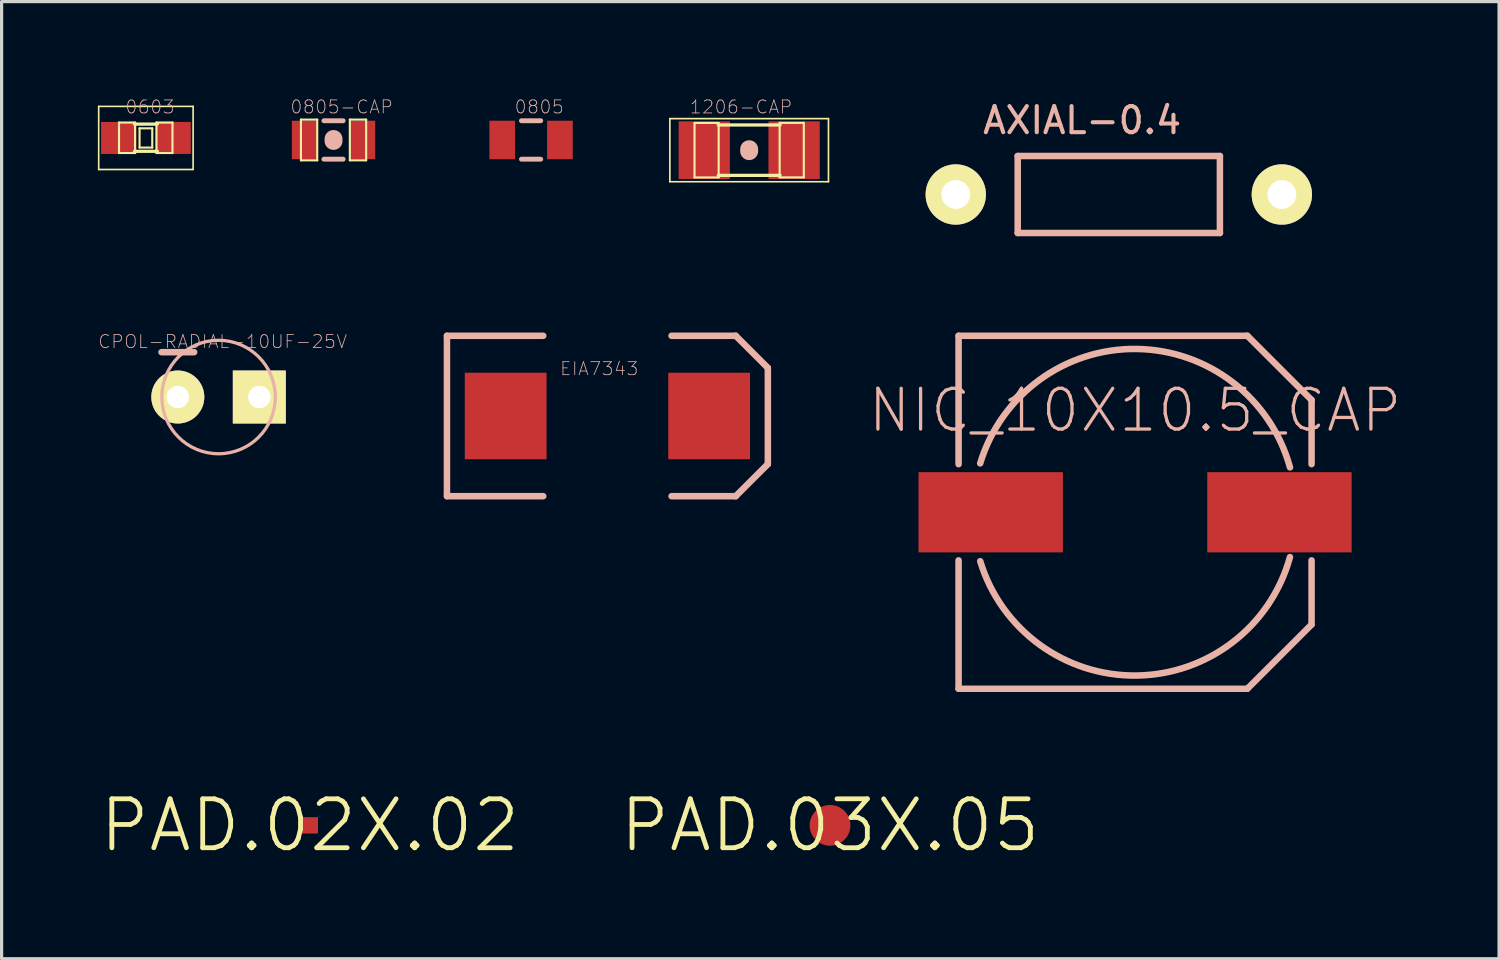
<source format=kicad_pcb>
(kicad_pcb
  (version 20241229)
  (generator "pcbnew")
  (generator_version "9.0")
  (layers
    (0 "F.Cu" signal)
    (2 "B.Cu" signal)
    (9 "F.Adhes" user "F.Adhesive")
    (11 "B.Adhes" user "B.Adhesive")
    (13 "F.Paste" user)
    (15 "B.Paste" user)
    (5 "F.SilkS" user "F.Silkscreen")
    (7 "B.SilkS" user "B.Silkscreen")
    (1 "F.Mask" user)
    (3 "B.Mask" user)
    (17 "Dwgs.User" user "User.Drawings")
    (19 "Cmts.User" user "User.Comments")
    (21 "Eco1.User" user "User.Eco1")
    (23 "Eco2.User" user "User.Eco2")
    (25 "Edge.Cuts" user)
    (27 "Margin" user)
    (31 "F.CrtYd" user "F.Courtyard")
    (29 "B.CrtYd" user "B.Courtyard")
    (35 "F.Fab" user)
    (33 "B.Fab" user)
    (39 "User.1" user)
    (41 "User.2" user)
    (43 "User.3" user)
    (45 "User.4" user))
  (footprint "0603"
    (layer "F.Cu")
    (at 1.496 1.248)
    (property "Reference" "0603" (at 0.127 -0.965 0) (layer "B.SilkS") (effects (font (size 0.406 0.406) (thickness 0.025))))
    (attr smd)
    (fp_line (start -1.471 -0.983) (end 1.471 -0.983) (stroke (width 0.051) (type solid)) (layer "F.SilkS"))
    (fp_line (start -1.471 0.983) (end -1.471 -0.983) (stroke (width 0.051) (type solid)) (layer "F.SilkS"))
    (fp_line (start -0.838 -0.48) (end -0.338 -0.48) (stroke (width 0.066) (type solid)) (layer "F.SilkS"))
    (fp_line (start -0.838 0.47) (end -0.838 -0.48) (stroke (width 0.066) (type solid)) (layer "F.SilkS"))
    (fp_line (start -0.838 0.47) (end -0.338 0.47) (stroke (width 0.066) (type solid)) (layer "F.SilkS"))
    (fp_line (start -0.356 -0.432) (end 0.356 -0.432) (stroke (width 0.102) (type solid)) (layer "F.SilkS"))
    (fp_line (start -0.356 0.417) (end 0.356 0.417) (stroke (width 0.102) (type solid)) (layer "F.SilkS"))
    (fp_line (start -0.338 0.47) (end -0.338 -0.48) (stroke (width 0.066) (type solid)) (layer "F.SilkS"))
    (fp_line (start -0.198 -0.3) (end 0.198 -0.3) (stroke (width 0.066) (type solid)) (layer "F.SilkS"))
    (fp_line (start -0.198 0.3) (end -0.198 -0.3) (stroke (width 0.066) (type solid)) (layer "F.SilkS"))
    (fp_line (start -0.198 0.3) (end 0.198 0.3) (stroke (width 0.066) (type solid)) (layer "F.SilkS"))
    (fp_line (start 0.198 0.3) (end 0.198 -0.3) (stroke (width 0.066) (type solid)) (layer "F.SilkS"))
    (fp_line (start 0.33 -0.48) (end 0.828 -0.48) (stroke (width 0.066) (type solid)) (layer "F.SilkS"))
    (fp_line (start 0.33 0.47) (end 0.33 -0.48) (stroke (width 0.066) (type solid)) (layer "F.SilkS"))
    (fp_line (start 0.33 0.47) (end 0.828 0.47) (stroke (width 0.066) (type solid)) (layer "F.SilkS"))
    (fp_line (start 0.828 0.47) (end 0.828 -0.48) (stroke (width 0.066) (type solid)) (layer "F.SilkS"))
    (fp_line (start 1.471 -0.983) (end 1.471 0.983) (stroke (width 0.051) (type solid)) (layer "F.SilkS"))
    (fp_line (start 1.471 0.983) (end -1.471 0.983) (stroke (width 0.051) (type solid)) (layer "F.SilkS"))
    (pad "1" smd rect (at -0.848 0) (size 1.1 0.998) (layers "F.Cu" "F.Mask" "F.Paste"))
    (pad "2" smd rect (at 0.848 0) (size 1.1 0.998) (layers "F.Cu" "F.Mask" "F.Paste")))
  (footprint "PAD.03X.05"
    (layer "F.Cu")
    (at 22.812 22.666)
    (property "Reference" "PAD.03X.05" (at 0 0 0) (layer "F.SilkS") (effects (font (size 1.524 1.524) (thickness 0.15))))
    (attr smd)
    (pad "P$1" smd circle (at 0 0) (size 1.27 1.27) (layers "F.Cu" "F.Mask" "F.Paste")))
  (footprint "PAD.02X.02"
    (layer "F.Cu")
    (at 6.604 22.666)
    (property "Reference" "PAD.02X.02" (at 0 0 0) (layer "F.SilkS") (effects (font (size 1.524 1.524) (thickness 0.15))))
    (attr smd)
    (pad "P$1" smd rect (at 0 0) (size 0.508 0.508) (layers "F.Cu" "F.Mask" "F.Paste")))
  (footprint "1206-CAP"
    (layer "F.Cu")
    (at 20.292 1.629)
    (property "Reference" "1206-CAP" (at -0.254 -1.346 0) (layer "B.SilkS") (effects (font (size 0.406 0.406) (thickness 0.025))))
    (attr smd)
    (fp_line (start -2.471 -0.983) (end 2.471 -0.983) (stroke (width 0.051) (type solid)) (layer "F.SilkS"))
    (fp_line (start -2.471 0.983) (end -2.471 -0.983) (stroke (width 0.051) (type solid)) (layer "F.SilkS"))
    (fp_line (start -1.702 -0.848) (end -0.95 -0.848) (stroke (width 0.066) (type solid)) (layer "F.SilkS"))
    (fp_line (start -1.702 0.851) (end -1.702 -0.848) (stroke (width 0.066) (type solid)) (layer "F.SilkS"))
    (fp_line (start -1.702 0.851) (end -0.95 0.851) (stroke (width 0.066) (type solid)) (layer "F.SilkS"))
    (fp_line (start -0.963 -0.785) (end 0.963 -0.785) (stroke (width 0.102) (type solid)) (layer "F.SilkS"))
    (fp_line (start -0.963 0.785) (end 0.963 0.785) (stroke (width 0.102) (type solid)) (layer "F.SilkS"))
    (fp_line (start -0.95 0.851) (end -0.95 -0.848) (stroke (width 0.066) (type solid)) (layer "F.SilkS"))
    (fp_line (start 0.95 -0.851) (end 1.702 -0.851) (stroke (width 0.066) (type solid)) (layer "F.SilkS"))
    (fp_line (start 0.95 0.848) (end 0.95 -0.851) (stroke (width 0.066) (type solid)) (layer "F.SilkS"))
    (fp_line (start 0.95 0.848) (end 1.702 0.848) (stroke (width 0.066) (type solid)) (layer "F.SilkS"))
    (fp_line (start 1.702 0.848) (end 1.702 -0.851) (stroke (width 0.066) (type solid)) (layer "F.SilkS"))
    (fp_line (start 2.471 -0.983) (end 2.471 0.983) (stroke (width 0.051) (type solid)) (layer "F.SilkS"))
    (fp_line (start 2.471 0.983) (end -2.471 0.983) (stroke (width 0.051) (type solid)) (layer "F.SilkS"))
    (fp_line (start 0 -0.03) (end 0 0.03) (stroke (width 0.559) (type solid)) (layer "B.SilkS"))
    (pad "1" smd rect (at -1.4 0) (size 1.598 1.798) (layers "F.Cu" "F.Mask" "F.Paste"))
    (pad "2" smd rect (at 1.4 0) (size 1.598 1.798) (layers "F.Cu" "F.Mask" "F.Paste")))
  (footprint "0805-CAP"
    (layer "F.Cu")
    (at 7.342 1.311)
    (property "Reference" "0805-CAP" (at 0.254 -1.029 0) (layer "B.SilkS") (effects (font (size 0.406 0.406) (thickness 0.025))))
    (attr smd)
    (fp_line (start -1.016 -0.635) (end -0.508 -0.635) (stroke (width 0.066) (type solid)) (layer "F.SilkS"))
    (fp_line (start -1.016 0.635) (end -1.016 -0.635) (stroke (width 0.066) (type solid)) (layer "F.SilkS"))
    (fp_line (start -1.016 0.635) (end -0.508 0.635) (stroke (width 0.066) (type solid)) (layer "F.SilkS"))
    (fp_line (start -0.508 0.635) (end -0.508 -0.635) (stroke (width 0.066) (type solid)) (layer "F.SilkS"))
    (fp_line (start 0.508 -0.635) (end 1.016 -0.635) (stroke (width 0.066) (type solid)) (layer "F.SilkS"))
    (fp_line (start 0.508 0.635) (end 0.508 -0.635) (stroke (width 0.066) (type solid)) (layer "F.SilkS"))
    (fp_line (start 0.508 0.635) (end 1.016 0.635) (stroke (width 0.066) (type solid)) (layer "F.SilkS"))
    (fp_line (start 1.016 0.635) (end 1.016 -0.635) (stroke (width 0.066) (type solid)) (layer "F.SilkS"))
    (fp_line (start -0.3 -0.599) (end 0.3 -0.599) (stroke (width 0.152) (type solid)) (layer "B.SilkS"))
    (fp_line (start -0.3 0.599) (end 0.3 0.599) (stroke (width 0.152) (type solid)) (layer "B.SilkS"))
    (fp_line (start 0 -0.03) (end 0 0.03) (stroke (width 0.559) (type solid)) (layer "B.SilkS"))
    (pad "1" smd rect (at -0.899 0) (size 0.798 1.199) (layers "F.Cu" "F.Mask" "F.Paste"))
    (pad "2" smd rect (at 0.899 0) (size 0.798 1.199) (layers "F.Cu" "F.Mask" "F.Paste")))
  (footprint "NIC_10X10.5_CAP"
    (layer "F.Cu")
    (at 32.316 12.911)
    (property "Reference" "NIC_10X10.5_CAP" (at 0 -3.175 0) (layer "B.SilkS") (effects (font (size 1.27 1.27) (thickness 0.102))))
    (attr smd)
    (fp_line (start -5.499 -5.499) (end 3.498 -5.499) (stroke (width 0.203) (type solid)) (layer "B.SilkS"))
    (fp_line (start -5.499 -1.499) (end -5.499 -5.499) (stroke (width 0.203) (type solid)) (layer "B.SilkS"))
    (fp_line (start -5.499 5.499) (end -5.499 1.499) (stroke (width 0.203) (type solid)) (layer "B.SilkS"))
    (fp_line (start -5.499 5.499) (end 3.498 5.499) (stroke (width 0.203) (type solid)) (layer "B.SilkS"))
    (fp_line (start 3.498 -5.499) (end 5.499 -3.498) (stroke (width 0.203) (type solid)) (layer "B.SilkS"))
    (fp_line (start 5.499 -3.498) (end 5.499 -1.499) (stroke (width 0.203) (type solid)) (layer "B.SilkS"))
    (fp_line (start 5.499 3.498) (end 3.498 5.499) (stroke (width 0.203) (type solid)) (layer "B.SilkS"))
    (fp_line (start 5.499 3.498) (end 5.499 1.499) (stroke (width 0.203) (type solid)) (layer "B.SilkS"))
    (fp_arc (start -4.826 -1.524) (mid 0.047663 -5.088215) (end 4.826846 -1.398279) (stroke (width 0.2032) (type solid)) (layer "B.SilkS"))
    (fp_arc (start 4.826 1.397) (mid 0.048656 5.087046) (end -4.824601 1.524629) (stroke (width 0.2032) (type solid)) (layer "B.SilkS"))
    (pad "+" smd rect (at 4.498 0) (size 4.498 2.499) (layers "F.Cu" "F.Mask" "F.Paste"))
    (pad "-" smd rect (at -4.498 0) (size 4.498 2.499) (layers "F.Cu" "F.Mask" "F.Paste")))
  (footprint "AXIAL-0.4"
    (layer "F.Cu")
    (at 31.809 3.01)
    (property "Reference" "AXIAL-0.4" (at -1.143 -2.311 0) (layer "B.SilkS") (effects (font (size 0.813 0.813) (thickness 0.127))))
    (attr exclude_from_pos_files exclude_from_bom)
    (fp_line (start -3.15 -1.199) (end 3.15 -1.199) (stroke (width 0.203) (type solid)) (layer "B.SilkS"))
    (fp_line (start -3.15 1.199) (end -3.15 -1.199) (stroke (width 0.203) (type solid)) (layer "B.SilkS"))
    (fp_line (start 3.15 -1.199) (end 3.15 1.199) (stroke (width 0.203) (type solid)) (layer "B.SilkS"))
    (fp_line (start 3.15 1.199) (end -3.15 1.199) (stroke (width 0.203) (type solid)) (layer "B.SilkS"))
    (pad "P$1" thru_hole circle (at -5.08 0) (size 1.88 1.88) (drill 0.899) (layers "*.Cu" "F.Mask" "F.SilkS" "F.Paste"))
    (pad "P$2" thru_hole circle (at 5.08 0) (size 1.88 1.88) (drill 0.899) (layers "*.Cu" "F.Mask" "F.SilkS" "F.Paste")))
  (footprint "0805"
    (layer "F.Cu")
    (at 13.497 1.311)
    (property "Reference" "0805" (at 0.254 -1.029 0) (layer "B.SilkS") (effects (font (size 0.406 0.406) (thickness 0.025))))
    (attr smd)
    (fp_line (start -0.3 -0.599) (end 0.3 -0.599) (stroke (width 0.152) (type solid)) (layer "B.SilkS"))
    (fp_line (start -0.3 0.599) (end 0.3 0.599) (stroke (width 0.152) (type solid)) (layer "B.SilkS"))
    (pad "1" smd rect (at -0.899 0) (size 0.798 1.199) (layers "F.Cu" "F.Mask" "F.Paste"))
    (pad "2" smd rect (at 0.899 0) (size 0.798 1.199) (layers "F.Cu" "F.Mask" "F.Paste")))
  (footprint "CPOL-RADIAL-10UF-25V"
    (layer "F.Cu")
    (at 3.76 9.32)
    (property "Reference" "CPOL-RADIAL-10UF-25V" (at 0.127 -1.727 0) (layer "B.SilkS") (effects (font (size 0.406 0.406) (thickness 0.025))))
    (attr exclude_from_pos_files exclude_from_bom)
    (fp_line (start -0.762 -1.397) (end -1.778 -1.397) (stroke (width 0.203) (type solid)) (layer "B.SilkS"))
    (fp_circle (center 0 0) (end -1.25 1.25) (stroke (width 0.102) (type solid)) (fill no) (layer "B.SilkS"))
    (pad "1" thru_hole rect (at 1.27 0) (size 1.651 1.651) (drill 0.699) (layers "*.Cu" "F.Mask" "F.SilkS" "F.Paste"))
    (pad "2" thru_hole circle (at -1.27 0) (size 1.651 1.651) (drill 0.699) (layers "*.Cu" "F.Mask" "F.SilkS" "F.Paste")))
  (footprint "EIA7343"
    (layer "F.Cu")
    (at 15.875 9.911)
    (property "Reference" "EIA7343" (at -0.254 -1.473 0) (layer "B.SilkS") (effects (font (size 0.406 0.406) (thickness 0.025))))
    (attr smd)
    (fp_line (start -4.999 -2.499) (end -4.999 2.499) (stroke (width 0.203) (type solid)) (layer "B.SilkS"))
    (fp_line (start -4.999 -2.499) (end -1.999 -2.499) (stroke (width 0.203) (type solid)) (layer "B.SilkS"))
    (fp_line (start -4.999 2.499) (end -1.999 2.499) (stroke (width 0.203) (type solid)) (layer "B.SilkS"))
    (fp_line (start 1.999 -2.499) (end 3.998 -2.499) (stroke (width 0.203) (type solid)) (layer "B.SilkS"))
    (fp_line (start 3.998 -2.499) (end 4.999 -1.499) (stroke (width 0.203) (type solid)) (layer "B.SilkS"))
    (fp_line (start 3.998 2.499) (end 1.999 2.499) (stroke (width 0.203) (type solid)) (layer "B.SilkS"))
    (fp_line (start 4.999 -1.499) (end 4.999 1.499) (stroke (width 0.203) (type solid)) (layer "B.SilkS"))
    (fp_line (start 4.999 1.499) (end 3.998 2.499) (stroke (width 0.203) (type solid)) (layer "B.SilkS"))
    (pad "A" smd rect (at 3.17 0 180) (size 2.548 2.697) (layers "F.Cu" "F.Mask" "F.Paste"))
    (pad "C" smd rect (at -3.17 0 180) (size 2.548 2.697) (layers "F.Cu" "F.Mask" "F.Paste")))
  (gr_rect
    (start -3 -3)
    (end 43.657 26.821)
    (stroke (width 0.1) (type default))
    (fill no)
    (layer "Edge.Cuts")))
</source>
